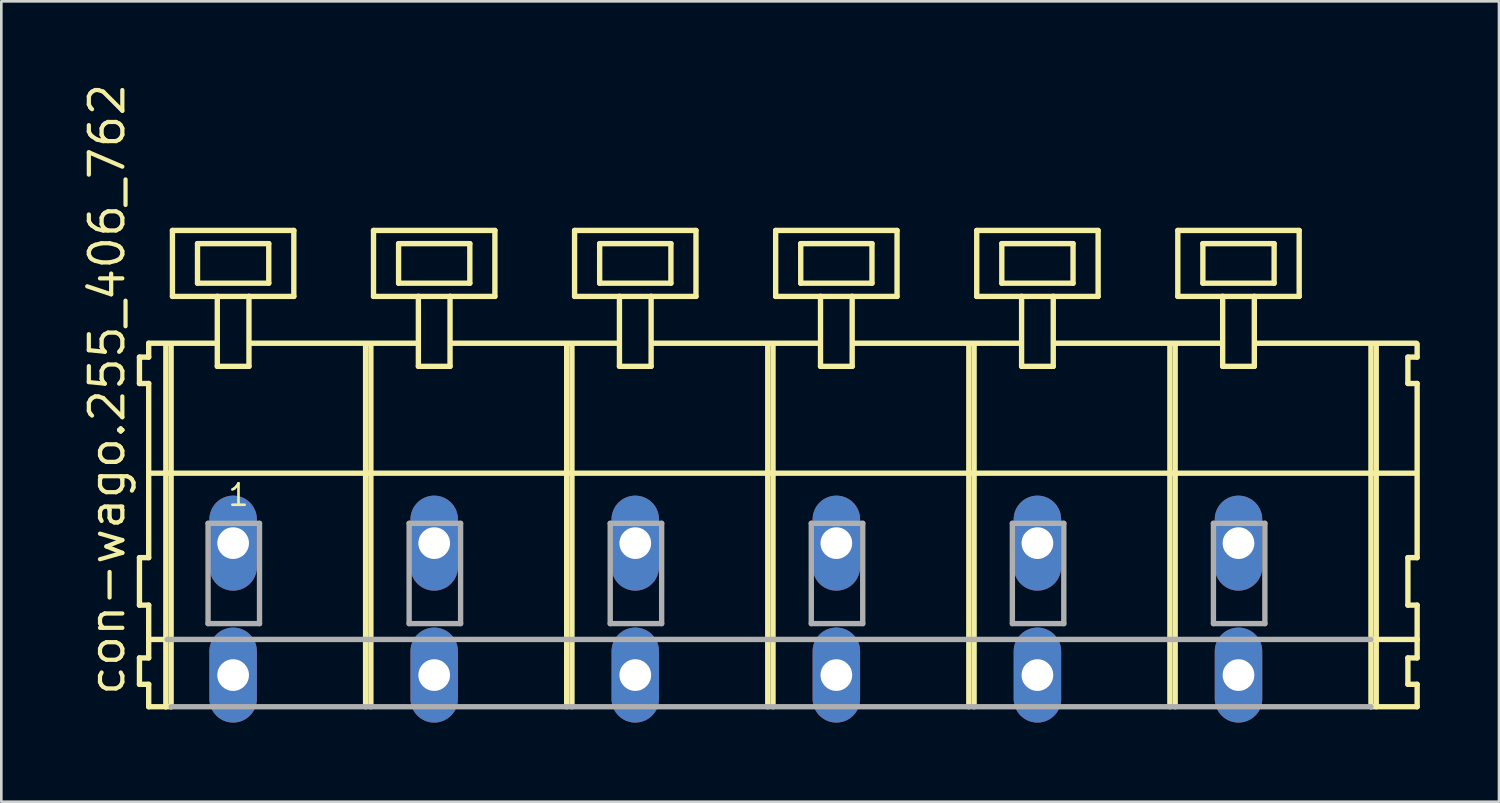
<source format=kicad_pcb>
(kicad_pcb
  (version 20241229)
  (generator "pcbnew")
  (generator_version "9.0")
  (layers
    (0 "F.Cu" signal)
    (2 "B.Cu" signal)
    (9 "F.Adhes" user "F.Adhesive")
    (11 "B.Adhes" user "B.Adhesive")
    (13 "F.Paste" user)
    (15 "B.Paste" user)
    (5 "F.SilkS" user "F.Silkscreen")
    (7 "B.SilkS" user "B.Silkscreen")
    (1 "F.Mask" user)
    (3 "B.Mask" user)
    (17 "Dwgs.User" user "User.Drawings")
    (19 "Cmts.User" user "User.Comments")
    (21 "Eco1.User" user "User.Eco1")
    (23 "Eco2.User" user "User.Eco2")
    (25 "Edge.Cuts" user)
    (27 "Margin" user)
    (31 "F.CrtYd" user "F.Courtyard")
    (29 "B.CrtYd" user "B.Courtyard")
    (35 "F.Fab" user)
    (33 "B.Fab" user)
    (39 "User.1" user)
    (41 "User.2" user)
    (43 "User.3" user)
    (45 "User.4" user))
  (footprint "con-wago.255_406_762"
    (layer "F.Cu")
    (at 26.105 17.533)
    (property "Reference" "con-wago.255_406_762" (at -24.355 5.855 90) (layer "F.SilkS") (effects (font (size 1.27 1.27) (thickness 0.16)) (justify left bottom)))
    (attr through_hole)
    (fp_line (start -23.87 -7.05) (end -23.87 -6.05) (stroke (width 0.203) (type default)) (layer "F.SilkS"))
    (fp_line (start -23.87 -6.05) (end -23.52 -6.05) (stroke (width 0.203) (type default)) (layer "F.SilkS"))
    (fp_line (start -23.87 0.55) (end -23.87 2.35) (stroke (width 0.203) (type default)) (layer "F.SilkS"))
    (fp_line (start -23.87 2.35) (end -23.52 2.35) (stroke (width 0.203) (type default)) (layer "F.SilkS"))
    (fp_line (start -23.87 4.35) (end -23.87 5.35) (stroke (width 0.203) (type default)) (layer "F.SilkS"))
    (fp_line (start -23.87 5.35) (end -23.52 5.35) (stroke (width 0.203) (type default)) (layer "F.SilkS"))
    (fp_line (start -23.52 -7.575) (end -23.52 -7.05) (stroke (width 0.203) (type default)) (layer "F.SilkS"))
    (fp_line (start -23.52 -7.575) (end -20.945 -7.575) (stroke (width 0.203) (type default)) (layer "F.SilkS"))
    (fp_line (start -23.52 -7.05) (end -23.87 -7.05) (stroke (width 0.203) (type default)) (layer "F.SilkS"))
    (fp_line (start -23.52 -6.05) (end -23.52 0.55) (stroke (width 0.203) (type default)) (layer "F.SilkS"))
    (fp_line (start -23.52 0.55) (end -23.87 0.55) (stroke (width 0.203) (type default)) (layer "F.SilkS"))
    (fp_line (start -23.52 2.35) (end -23.52 4.35) (stroke (width 0.203) (type default)) (layer "F.SilkS"))
    (fp_line (start -23.52 3.65) (end -22.82 3.65) (stroke (width 0.203) (type default)) (layer "F.SilkS"))
    (fp_line (start -23.52 4.35) (end -23.87 4.35) (stroke (width 0.203) (type default)) (layer "F.SilkS"))
    (fp_line (start -23.52 5.35) (end -23.52 6.2) (stroke (width 0.203) (type default)) (layer "F.SilkS"))
    (fp_line (start -23.52 6.2) (end -22.87 6.2) (stroke (width 0.203) (type default)) (layer "F.SilkS"))
    (fp_line (start -23.47 -2.65) (end 24.5 -2.65) (stroke (width 0.203) (type default)) (layer "F.SilkS"))
    (fp_line (start -22.87 -7.55) (end -22.87 6.2) (stroke (width 0.203) (type default)) (layer "F.SilkS"))
    (fp_line (start -22.87 6.2) (end -22.67 6.2) (stroke (width 0.203) (type default)) (layer "F.SilkS"))
    (fp_line (start -22.67 -7.55) (end -22.67 6.2) (stroke (width 0.203) (type default)) (layer "F.SilkS"))
    (fp_line (start -22.62 -11.85) (end -22.62 -9.35) (stroke (width 0.203) (type default)) (layer "F.SilkS"))
    (fp_line (start -22.62 -9.35) (end -20.92 -9.35) (stroke (width 0.203) (type default)) (layer "F.SilkS"))
    (fp_line (start -21.67 -11.35) (end -21.67 -9.85) (stroke (width 0.203) (type default)) (layer "F.SilkS"))
    (fp_line (start -21.67 -9.85) (end -18.97 -9.85) (stroke (width 0.203) (type default)) (layer "F.SilkS"))
    (fp_line (start -20.92 -9.35) (end -20.92 -6.7) (stroke (width 0.203) (type default)) (layer "F.SilkS"))
    (fp_line (start -20.92 -9.35) (end -19.72 -9.35) (stroke (width 0.203) (type default)) (layer "F.SilkS"))
    (fp_line (start -20.92 -6.7) (end -19.72 -6.7) (stroke (width 0.203) (type default)) (layer "F.SilkS"))
    (fp_line (start -19.72 -9.35) (end -18.02 -9.35) (stroke (width 0.203) (type default)) (layer "F.SilkS"))
    (fp_line (start -19.72 -6.7) (end -19.72 -9.35) (stroke (width 0.203) (type default)) (layer "F.SilkS"))
    (fp_line (start -19.695 -7.575) (end -13.321 -7.575) (stroke (width 0.203) (type default)) (layer "F.SilkS"))
    (fp_line (start -18.97 -11.35) (end -21.67 -11.35) (stroke (width 0.203) (type default)) (layer "F.SilkS"))
    (fp_line (start -18.97 -9.85) (end -18.97 -11.35) (stroke (width 0.203) (type default)) (layer "F.SilkS"))
    (fp_line (start -18.02 -11.85) (end -22.62 -11.85) (stroke (width 0.203) (type default)) (layer "F.SilkS"))
    (fp_line (start -18.02 -9.35) (end -18.02 -11.85) (stroke (width 0.203) (type default)) (layer "F.SilkS"))
    (fp_line (start -15.3 -7.55) (end -15.3 6.2) (stroke (width 0.203) (type default)) (layer "F.SilkS"))
    (fp_line (start -15.1 -7.55) (end -15.1 6.2) (stroke (width 0.203) (type default)) (layer "F.SilkS"))
    (fp_line (start -15 -11.85) (end -15 -9.35) (stroke (width 0.203) (type default)) (layer "F.SilkS"))
    (fp_line (start -15 -9.35) (end -13.3 -9.35) (stroke (width 0.203) (type default)) (layer "F.SilkS"))
    (fp_line (start -14.05 -11.35) (end -14.05 -9.85) (stroke (width 0.203) (type default)) (layer "F.SilkS"))
    (fp_line (start -14.05 -9.85) (end -11.35 -9.85) (stroke (width 0.203) (type default)) (layer "F.SilkS"))
    (fp_line (start -13.3 -9.35) (end -13.3 -6.7) (stroke (width 0.203) (type default)) (layer "F.SilkS"))
    (fp_line (start -13.3 -9.35) (end -12.1 -9.35) (stroke (width 0.203) (type default)) (layer "F.SilkS"))
    (fp_line (start -13.3 -6.7) (end -12.1 -6.7) (stroke (width 0.203) (type default)) (layer "F.SilkS"))
    (fp_line (start -12.1 -9.35) (end -10.4 -9.35) (stroke (width 0.203) (type default)) (layer "F.SilkS"))
    (fp_line (start -12.1 -6.7) (end -12.1 -9.35) (stroke (width 0.203) (type default)) (layer "F.SilkS"))
    (fp_line (start -12.075 -7.575) (end -5.701 -7.575) (stroke (width 0.203) (type default)) (layer "F.SilkS"))
    (fp_line (start -11.35 -11.35) (end -14.05 -11.35) (stroke (width 0.203) (type default)) (layer "F.SilkS"))
    (fp_line (start -11.35 -9.85) (end -11.35 -11.35) (stroke (width 0.203) (type default)) (layer "F.SilkS"))
    (fp_line (start -10.4 -11.85) (end -15 -11.85) (stroke (width 0.203) (type default)) (layer "F.SilkS"))
    (fp_line (start -10.4 -9.35) (end -10.4 -11.85) (stroke (width 0.203) (type default)) (layer "F.SilkS"))
    (fp_line (start -7.68 -7.55) (end -7.68 6.2) (stroke (width 0.203) (type default)) (layer "F.SilkS"))
    (fp_line (start -7.48 -7.55) (end -7.48 6.2) (stroke (width 0.203) (type default)) (layer "F.SilkS"))
    (fp_line (start -7.38 -11.85) (end -7.38 -9.35) (stroke (width 0.203) (type default)) (layer "F.SilkS"))
    (fp_line (start -7.38 -9.35) (end -5.68 -9.35) (stroke (width 0.203) (type default)) (layer "F.SilkS"))
    (fp_line (start -6.43 -11.35) (end -6.43 -9.85) (stroke (width 0.203) (type default)) (layer "F.SilkS"))
    (fp_line (start -6.43 -9.85) (end -3.73 -9.85) (stroke (width 0.203) (type default)) (layer "F.SilkS"))
    (fp_line (start -5.68 -9.35) (end -5.68 -6.7) (stroke (width 0.203) (type default)) (layer "F.SilkS"))
    (fp_line (start -5.68 -9.35) (end -4.48 -9.35) (stroke (width 0.203) (type default)) (layer "F.SilkS"))
    (fp_line (start -5.68 -6.7) (end -4.48 -6.7) (stroke (width 0.203) (type default)) (layer "F.SilkS"))
    (fp_line (start -4.48 -9.35) (end -2.78 -9.35) (stroke (width 0.203) (type default)) (layer "F.SilkS"))
    (fp_line (start -4.48 -6.7) (end -4.48 -9.35) (stroke (width 0.203) (type default)) (layer "F.SilkS"))
    (fp_line (start -4.455 -7.575) (end 1.919 -7.575) (stroke (width 0.203) (type default)) (layer "F.SilkS"))
    (fp_line (start -3.73 -11.35) (end -6.43 -11.35) (stroke (width 0.203) (type default)) (layer "F.SilkS"))
    (fp_line (start -3.73 -9.85) (end -3.73 -11.35) (stroke (width 0.203) (type default)) (layer "F.SilkS"))
    (fp_line (start -2.78 -11.85) (end -7.38 -11.85) (stroke (width 0.203) (type default)) (layer "F.SilkS"))
    (fp_line (start -2.78 -9.35) (end -2.78 -11.85) (stroke (width 0.203) (type default)) (layer "F.SilkS"))
    (fp_line (start -0.06 -7.55) (end -0.06 6.2) (stroke (width 0.203) (type default)) (layer "F.SilkS"))
    (fp_line (start 0.14 -7.55) (end 0.14 6.2) (stroke (width 0.203) (type default)) (layer "F.SilkS"))
    (fp_line (start 0.24 -11.85) (end 0.24 -9.35) (stroke (width 0.203) (type default)) (layer "F.SilkS"))
    (fp_line (start 0.24 -9.35) (end 1.94 -9.35) (stroke (width 0.203) (type default)) (layer "F.SilkS"))
    (fp_line (start 1.19 -11.35) (end 1.19 -9.85) (stroke (width 0.203) (type default)) (layer "F.SilkS"))
    (fp_line (start 1.19 -9.85) (end 3.89 -9.85) (stroke (width 0.203) (type default)) (layer "F.SilkS"))
    (fp_line (start 1.94 -9.35) (end 1.94 -6.7) (stroke (width 0.203) (type default)) (layer "F.SilkS"))
    (fp_line (start 1.94 -9.35) (end 3.14 -9.35) (stroke (width 0.203) (type default)) (layer "F.SilkS"))
    (fp_line (start 1.94 -6.7) (end 3.14 -6.7) (stroke (width 0.203) (type default)) (layer "F.SilkS"))
    (fp_line (start 3.14 -9.35) (end 4.84 -9.35) (stroke (width 0.203) (type default)) (layer "F.SilkS"))
    (fp_line (start 3.14 -6.7) (end 3.14 -9.35) (stroke (width 0.203) (type default)) (layer "F.SilkS"))
    (fp_line (start 3.165 -7.575) (end 9.539 -7.575) (stroke (width 0.203) (type default)) (layer "F.SilkS"))
    (fp_line (start 3.89 -11.35) (end 1.19 -11.35) (stroke (width 0.203) (type default)) (layer "F.SilkS"))
    (fp_line (start 3.89 -9.85) (end 3.89 -11.35) (stroke (width 0.203) (type default)) (layer "F.SilkS"))
    (fp_line (start 4.84 -11.85) (end 0.24 -11.85) (stroke (width 0.203) (type default)) (layer "F.SilkS"))
    (fp_line (start 4.84 -9.35) (end 4.84 -11.85) (stroke (width 0.203) (type default)) (layer "F.SilkS"))
    (fp_line (start 7.56 -7.55) (end 7.56 6.2) (stroke (width 0.203) (type default)) (layer "F.SilkS"))
    (fp_line (start 7.76 -7.55) (end 7.76 6.2) (stroke (width 0.203) (type default)) (layer "F.SilkS"))
    (fp_line (start 7.86 -11.85) (end 7.86 -9.35) (stroke (width 0.203) (type default)) (layer "F.SilkS"))
    (fp_line (start 7.86 -9.35) (end 9.56 -9.35) (stroke (width 0.203) (type default)) (layer "F.SilkS"))
    (fp_line (start 8.81 -11.35) (end 8.81 -9.85) (stroke (width 0.203) (type default)) (layer "F.SilkS"))
    (fp_line (start 8.81 -9.85) (end 11.51 -9.85) (stroke (width 0.203) (type default)) (layer "F.SilkS"))
    (fp_line (start 9.56 -9.35) (end 9.56 -6.7) (stroke (width 0.203) (type default)) (layer "F.SilkS"))
    (fp_line (start 9.56 -9.35) (end 10.76 -9.35) (stroke (width 0.203) (type default)) (layer "F.SilkS"))
    (fp_line (start 9.56 -6.7) (end 10.76 -6.7) (stroke (width 0.203) (type default)) (layer "F.SilkS"))
    (fp_line (start 10.76 -9.35) (end 12.46 -9.35) (stroke (width 0.203) (type default)) (layer "F.SilkS"))
    (fp_line (start 10.76 -6.7) (end 10.76 -9.35) (stroke (width 0.203) (type default)) (layer "F.SilkS"))
    (fp_line (start 10.785 -7.575) (end 17.159 -7.575) (stroke (width 0.203) (type default)) (layer "F.SilkS"))
    (fp_line (start 11.51 -11.35) (end 8.81 -11.35) (stroke (width 0.203) (type default)) (layer "F.SilkS"))
    (fp_line (start 11.51 -9.85) (end 11.51 -11.35) (stroke (width 0.203) (type default)) (layer "F.SilkS"))
    (fp_line (start 12.46 -11.85) (end 7.86 -11.85) (stroke (width 0.203) (type default)) (layer "F.SilkS"))
    (fp_line (start 12.46 -9.35) (end 12.46 -11.85) (stroke (width 0.203) (type default)) (layer "F.SilkS"))
    (fp_line (start 15.18 -7.55) (end 15.18 6.2) (stroke (width 0.203) (type default)) (layer "F.SilkS"))
    (fp_line (start 15.38 -7.55) (end 15.38 6.2) (stroke (width 0.203) (type default)) (layer "F.SilkS"))
    (fp_line (start 15.48 -11.85) (end 15.48 -9.35) (stroke (width 0.203) (type default)) (layer "F.SilkS"))
    (fp_line (start 15.48 -9.35) (end 17.18 -9.35) (stroke (width 0.203) (type default)) (layer "F.SilkS"))
    (fp_line (start 16.43 -11.35) (end 16.43 -9.85) (stroke (width 0.203) (type default)) (layer "F.SilkS"))
    (fp_line (start 16.43 -9.85) (end 19.13 -9.85) (stroke (width 0.203) (type default)) (layer "F.SilkS"))
    (fp_line (start 17.18 -9.35) (end 17.18 -6.7) (stroke (width 0.203) (type default)) (layer "F.SilkS"))
    (fp_line (start 17.18 -9.35) (end 18.38 -9.35) (stroke (width 0.203) (type default)) (layer "F.SilkS"))
    (fp_line (start 17.18 -6.7) (end 18.38 -6.7) (stroke (width 0.203) (type default)) (layer "F.SilkS"))
    (fp_line (start 18.38 -9.35) (end 20.08 -9.35) (stroke (width 0.203) (type default)) (layer "F.SilkS"))
    (fp_line (start 18.38 -6.7) (end 18.38 -9.35) (stroke (width 0.203) (type default)) (layer "F.SilkS"))
    (fp_line (start 18.405 -7.575) (end 24.525 -7.575) (stroke (width 0.203) (type default)) (layer "F.SilkS"))
    (fp_line (start 19.13 -11.35) (end 16.43 -11.35) (stroke (width 0.203) (type default)) (layer "F.SilkS"))
    (fp_line (start 19.13 -9.85) (end 19.13 -11.35) (stroke (width 0.203) (type default)) (layer "F.SilkS"))
    (fp_line (start 20.08 -11.85) (end 15.48 -11.85) (stroke (width 0.203) (type default)) (layer "F.SilkS"))
    (fp_line (start 20.08 -9.35) (end 20.08 -11.85) (stroke (width 0.203) (type default)) (layer "F.SilkS"))
    (fp_line (start 22.8 -7.55) (end 22.8 6.2) (stroke (width 0.203) (type default)) (layer "F.SilkS"))
    (fp_line (start 22.8 6.2) (end 24.55 6.2) (stroke (width 0.203) (type default)) (layer "F.SilkS"))
    (fp_line (start 22.85 3.65) (end 24.55 3.65) (stroke (width 0.203) (type default)) (layer "F.SilkS"))
    (fp_line (start 23 -7.55) (end 23 6.2) (stroke (width 0.203) (type default)) (layer "F.SilkS"))
    (fp_line (start 24.2 -7.05) (end 24.2 -6.05) (stroke (width 0.203) (type default)) (layer "F.SilkS"))
    (fp_line (start 24.2 -6.05) (end 24.55 -6.05) (stroke (width 0.203) (type default)) (layer "F.SilkS"))
    (fp_line (start 24.2 0.55) (end 24.2 2.35) (stroke (width 0.203) (type default)) (layer "F.SilkS"))
    (fp_line (start 24.2 2.35) (end 24.55 2.35) (stroke (width 0.203) (type default)) (layer "F.SilkS"))
    (fp_line (start 24.2 4.35) (end 24.2 5.35) (stroke (width 0.203) (type default)) (layer "F.SilkS"))
    (fp_line (start 24.2 5.35) (end 24.55 5.35) (stroke (width 0.203) (type default)) (layer "F.SilkS"))
    (fp_line (start 24.55 -7.05) (end 24.2 -7.05) (stroke (width 0.203) (type default)) (layer "F.SilkS"))
    (fp_line (start 24.55 -7.05) (end 24.55 -7.55) (stroke (width 0.203) (type default)) (layer "F.SilkS"))
    (fp_line (start 24.55 0.55) (end 24.2 0.55) (stroke (width 0.203) (type default)) (layer "F.SilkS"))
    (fp_line (start 24.55 0.55) (end 24.55 -6.05) (stroke (width 0.203) (type default)) (layer "F.SilkS"))
    (fp_line (start 24.55 3.65) (end 24.55 2.35) (stroke (width 0.203) (type default)) (layer "F.SilkS"))
    (fp_line (start 24.55 4.35) (end 24.2 4.35) (stroke (width 0.203) (type default)) (layer "F.SilkS"))
    (fp_line (start 24.55 4.35) (end 24.55 3.65) (stroke (width 0.203) (type default)) (layer "F.SilkS"))
    (fp_line (start 24.55 6.2) (end 24.55 5.35) (stroke (width 0.203) (type default)) (layer "F.SilkS"))
    (fp_line (start -22.82 3.65) (end 22.8 3.65) (stroke (width 0.203) (type default)) (layer "F.Fab"))
    (fp_line (start -22.67 6.2) (end 22.8 6.2) (stroke (width 0.203) (type default)) (layer "F.Fab"))
    (fp_line (start -21.27 -0.75) (end -21.27 3.05) (stroke (width 0.203) (type default)) (layer "F.Fab"))
    (fp_line (start -21.27 3.05) (end -19.32 3.05) (stroke (width 0.203) (type default)) (layer "F.Fab"))
    (fp_line (start -19.32 -0.75) (end -21.27 -0.75) (stroke (width 0.203) (type default)) (layer "F.Fab"))
    (fp_line (start -19.32 3.05) (end -19.32 -0.75) (stroke (width 0.203) (type default)) (layer "F.Fab"))
    (fp_line (start -13.65 -0.75) (end -13.65 3.05) (stroke (width 0.203) (type default)) (layer "F.Fab"))
    (fp_line (start -13.65 3.05) (end -11.7 3.05) (stroke (width 0.203) (type default)) (layer "F.Fab"))
    (fp_line (start -11.7 -0.75) (end -13.65 -0.75) (stroke (width 0.203) (type default)) (layer "F.Fab"))
    (fp_line (start -11.7 3.05) (end -11.7 -0.75) (stroke (width 0.203) (type default)) (layer "F.Fab"))
    (fp_line (start -6.03 -0.75) (end -6.03 3.05) (stroke (width 0.203) (type default)) (layer "F.Fab"))
    (fp_line (start -6.03 3.05) (end -4.08 3.05) (stroke (width 0.203) (type default)) (layer "F.Fab"))
    (fp_line (start -4.08 -0.75) (end -6.03 -0.75) (stroke (width 0.203) (type default)) (layer "F.Fab"))
    (fp_line (start -4.08 3.05) (end -4.08 -0.75) (stroke (width 0.203) (type default)) (layer "F.Fab"))
    (fp_line (start 1.59 -0.75) (end 1.59 3.05) (stroke (width 0.203) (type default)) (layer "F.Fab"))
    (fp_line (start 1.59 3.05) (end 3.54 3.05) (stroke (width 0.203) (type default)) (layer "F.Fab"))
    (fp_line (start 3.54 -0.75) (end 1.59 -0.75) (stroke (width 0.203) (type default)) (layer "F.Fab"))
    (fp_line (start 3.54 3.05) (end 3.54 -0.75) (stroke (width 0.203) (type default)) (layer "F.Fab"))
    (fp_line (start 9.21 -0.75) (end 9.21 3.05) (stroke (width 0.203) (type default)) (layer "F.Fab"))
    (fp_line (start 9.21 3.05) (end 11.16 3.05) (stroke (width 0.203) (type default)) (layer "F.Fab"))
    (fp_line (start 11.16 -0.75) (end 9.21 -0.75) (stroke (width 0.203) (type default)) (layer "F.Fab"))
    (fp_line (start 11.16 3.05) (end 11.16 -0.75) (stroke (width 0.203) (type default)) (layer "F.Fab"))
    (fp_line (start 16.83 -0.75) (end 16.83 3.05) (stroke (width 0.203) (type default)) (layer "F.Fab"))
    (fp_line (start 16.83 3.05) (end 18.78 3.05) (stroke (width 0.203) (type default)) (layer "F.Fab"))
    (fp_line (start 18.78 -0.75) (end 16.83 -0.75) (stroke (width 0.203) (type default)) (layer "F.Fab"))
    (fp_line (start 18.78 3.05) (end 18.78 -0.75) (stroke (width 0.203) (type default)) (layer "F.Fab"))
    (fp_text user "1" (at -20.57 -1.35 0) (layer "F.SilkS") (effects (font (size 0.813 0.813) (thickness 0.1)) (justify left bottom)))
    (pad "A1" thru_hole oval (at -20.32 0 90) (size 3.6 1.8) (drill 1.2) (layers "*.Cu" "*.Mask"))
    (pad "A2" thru_hole oval (at -12.7 0 90) (size 3.6 1.8) (drill 1.2) (layers "*.Cu" "*.Mask"))
    (pad "A3" thru_hole oval (at -5.08 0 90) (size 3.6 1.8) (drill 1.2) (layers "*.Cu" "*.Mask"))
    (pad "A4" thru_hole oval (at 2.54 0 90) (size 3.6 1.8) (drill 1.2) (layers "*.Cu" "*.Mask"))
    (pad "A5" thru_hole oval (at 10.16 0 90) (size 3.6 1.8) (drill 1.2) (layers "*.Cu" "*.Mask"))
    (pad "A6" thru_hole oval (at 17.78 0 90) (size 3.6 1.8) (drill 1.2) (layers "*.Cu" "*.Mask"))
    (pad "B1" thru_hole oval (at -20.32 5 90) (size 3.6 1.8) (drill 1.2) (layers "*.Cu" "*.Mask"))
    (pad "B2" thru_hole oval (at -12.7 5 90) (size 3.6 1.8) (drill 1.2) (layers "*.Cu" "*.Mask"))
    (pad "B3" thru_hole oval (at -5.08 5 90) (size 3.6 1.8) (drill 1.2) (layers "*.Cu" "*.Mask"))
    (pad "B4" thru_hole oval (at 2.54 5 90) (size 3.6 1.8) (drill 1.2) (layers "*.Cu" "*.Mask"))
    (pad "B5" thru_hole oval (at 10.16 5 90) (size 3.6 1.8) (drill 1.2) (layers "*.Cu" "*.Mask"))
    (pad "B6" thru_hole oval (at 17.78 5 90) (size 3.6 1.8) (drill 1.2) (layers "*.Cu" "*.Mask")))
  (gr_rect
    (start -3 -3)
    (end 53.757 27.333)
    (stroke (width 0.1) (type default))
    (fill no)
    (layer "Edge.Cuts")))
</source>
